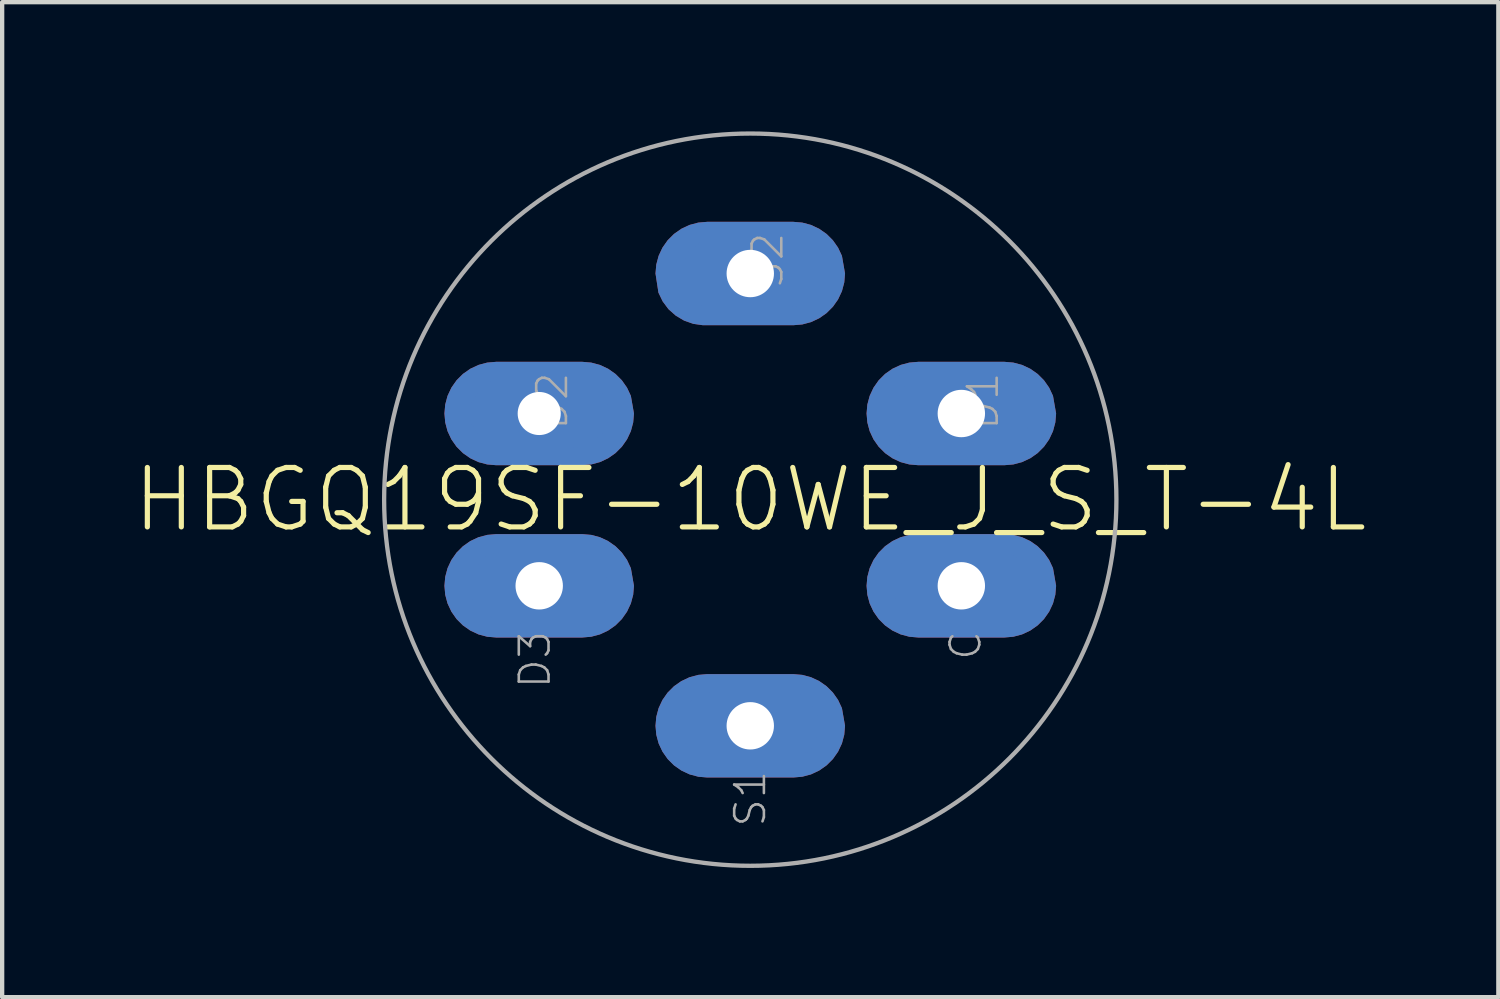
<source format=kicad_pcb>
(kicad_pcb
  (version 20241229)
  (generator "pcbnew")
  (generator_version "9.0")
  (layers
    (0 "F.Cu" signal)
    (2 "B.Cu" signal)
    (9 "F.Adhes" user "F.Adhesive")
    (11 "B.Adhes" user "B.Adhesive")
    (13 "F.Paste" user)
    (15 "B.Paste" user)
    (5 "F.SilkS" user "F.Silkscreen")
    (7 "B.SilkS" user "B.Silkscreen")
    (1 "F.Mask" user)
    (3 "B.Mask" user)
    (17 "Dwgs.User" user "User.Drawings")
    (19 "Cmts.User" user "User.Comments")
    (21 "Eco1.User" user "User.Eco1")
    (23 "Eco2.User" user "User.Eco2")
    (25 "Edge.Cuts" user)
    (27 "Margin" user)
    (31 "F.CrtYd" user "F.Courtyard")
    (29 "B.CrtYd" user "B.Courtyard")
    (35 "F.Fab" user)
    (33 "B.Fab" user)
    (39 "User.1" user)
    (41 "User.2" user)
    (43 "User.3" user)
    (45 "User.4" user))
  (footprint "HBGQ19SF-10WE_J_S_T-4L"
    (layer "F.Cu")
    (at 14.368 8.55)
    (property "Reference" "HBGQ19SF-10WE_J_S_T-4L" (at 0 0 0) (unlocked yes) (layer "F.SilkS") (effects (font (size 1.38 1.38) (thickness 0.12))))
    (fp_poly (pts (xy -2.2 -5.25) (xy -2.182 -5.458) (xy -2.128 -5.66) (xy -2.039 -5.85) (xy -1.919 -6.021) (xy -1.771 -6.169) (xy -1.6 -6.289) (xy -1.41 -6.378) (xy -1.208 -6.432) (xy -1 -6.45) (xy 1 -6.45) (xy 1.208 -6.432) (xy 1.41 -6.378) (xy 1.6 -6.289) (xy 1.771 -6.169) (xy 1.919 -6.021) (xy 2.039 -5.85) (xy 2.128 -5.66) (xy 2.2 -5.25) (xy 2.182 -5.042) (xy 2.128 -4.84) (xy 2.039 -4.65) (xy 1.919 -4.479) (xy 1.771 -4.331) (xy 1.6 -4.211) (xy 1.41 -4.122) (xy 1.208 -4.068) (xy 1 -4.05) (xy -1.1 -4.05) (xy -1.323 -4.082) (xy -1.536 -4.157) (xy -1.73 -4.272) (xy -1.899 -4.422) (xy -2.034 -4.603) (xy -2.132 -4.806)) (stroke (width 0) (type default)) (fill yes) (layer "F.Cu"))
    (fp_poly (pts (xy -3.692 -3.182) (xy -3.49 -3.128) (xy -3.3 -3.039) (xy -3.129 -2.919) (xy -2.981 -2.771) (xy -2.861 -2.6) (xy -2.772 -2.41) (xy -2.7 -2) (xy -2.718 -1.792) (xy -2.772 -1.59) (xy -2.861 -1.4) (xy -2.981 -1.229) (xy -3.129 -1.081) (xy -3.3 -0.961) (xy -3.49 -0.872) (xy -3.692 -0.818) (xy -3.9 -0.8) (xy -5.9 -0.8) (xy -6.108 -0.818) (xy -6.31 -0.872) (xy -6.5 -0.961) (xy -6.671 -1.081) (xy -6.819 -1.229) (xy -6.939 -1.4) (xy -7.028 -1.59) (xy -7.082 -1.792) (xy -7.1 -2) (xy -7.082 -2.208) (xy -7.028 -2.41) (xy -6.939 -2.6) (xy -6.819 -2.771) (xy -6.671 -2.919) (xy -6.5 -3.039) (xy -6.31 -3.128) (xy -6.108 -3.182) (xy -5.9 -3.2) (xy -3.9 -3.2)) (stroke (width 0) (type default)) (fill yes) (layer "F.Cu"))
    (fp_poly (pts (xy -3.692 0.818) (xy -3.49 0.872) (xy -3.3 0.961) (xy -3.129 1.081) (xy -2.981 1.229) (xy -2.861 1.4) (xy -2.772 1.59) (xy -2.7 2) (xy -2.718 2.208) (xy -2.772 2.41) (xy -2.861 2.6) (xy -2.981 2.771) (xy -3.129 2.919) (xy -3.3 3.039) (xy -3.49 3.128) (xy -3.692 3.182) (xy -3.9 3.2) (xy -5.9 3.2) (xy -6.108 3.182) (xy -6.31 3.128) (xy -6.5 3.039) (xy -6.671 2.919) (xy -6.819 2.771) (xy -6.939 2.6) (xy -7.028 2.41) (xy -7.082 2.208) (xy -7.1 2) (xy -7.082 1.792) (xy -7.028 1.59) (xy -6.939 1.4) (xy -6.819 1.229) (xy -6.671 1.081) (xy -6.5 0.961) (xy -6.31 0.872) (xy -6.108 0.818) (xy -5.9 0.8) (xy -3.9 0.8)) (stroke (width 0) (type default)) (fill yes) (layer "F.Cu"))
    (fp_poly (pts (xy -2.2 5.25) (xy -2.182 5.042) (xy -2.128 4.84) (xy -2.039 4.65) (xy -1.919 4.479) (xy -1.771 4.331) (xy -1.6 4.211) (xy -1.41 4.122) (xy -1.208 4.068) (xy -1 4.05) (xy 1 4.05) (xy 1.208 4.068) (xy 1.41 4.122) (xy 1.6 4.211) (xy 1.771 4.331) (xy 1.919 4.479) (xy 2.039 4.65) (xy 2.128 4.84) (xy 2.2 5.25) (xy 2.182 5.458) (xy 2.128 5.66) (xy 2.039 5.85) (xy 1.919 6.021) (xy 1.771 6.169) (xy 1.6 6.289) (xy 1.41 6.378) (xy 1.208 6.432) (xy 1 6.45) (xy -0.99 6.45) (xy -1.199 6.433) (xy -1.402 6.379) (xy -1.593 6.291) (xy -1.766 6.171) (xy -1.915 6.023) (xy -2.036 5.852) (xy -2.126 5.662) (xy -2.181 5.459)) (stroke (width 0) (type default)) (fill yes) (layer "F.Cu"))
    (fp_poly (pts (xy 6.108 -3.182) (xy 6.31 -3.128) (xy 6.5 -3.039) (xy 6.671 -2.919) (xy 6.819 -2.771) (xy 6.939 -2.6) (xy 7.028 -2.41) (xy 7.1 -2) (xy 7.082 -1.792) (xy 7.028 -1.59) (xy 6.939 -1.4) (xy 6.819 -1.229) (xy 6.671 -1.081) (xy 6.5 -0.961) (xy 6.31 -0.872) (xy 6.108 -0.818) (xy 5.9 -0.8) (xy 3.9 -0.8) (xy 3.692 -0.818) (xy 3.49 -0.872) (xy 3.3 -0.961) (xy 3.129 -1.081) (xy 2.981 -1.229) (xy 2.861 -1.4) (xy 2.772 -1.59) (xy 2.718 -1.792) (xy 2.7 -2) (xy 2.718 -2.208) (xy 2.772 -2.41) (xy 2.861 -2.6) (xy 2.981 -2.771) (xy 3.129 -2.919) (xy 3.3 -3.039) (xy 3.49 -3.128) (xy 3.692 -3.182) (xy 3.9 -3.2) (xy 5.9 -3.2)) (stroke (width 0) (type default)) (fill yes) (layer "F.Cu"))
    (fp_poly (pts (xy 6.108 0.818) (xy 6.31 0.872) (xy 6.5 0.961) (xy 6.671 1.081) (xy 6.819 1.229) (xy 6.939 1.4) (xy 7.028 1.59) (xy 7.1 2) (xy 7.082 2.208) (xy 7.028 2.41) (xy 6.939 2.6) (xy 6.819 2.771) (xy 6.671 2.919) (xy 6.5 3.039) (xy 6.31 3.128) (xy 6.108 3.182) (xy 5.9 3.2) (xy 3.9 3.2) (xy 3.692 3.182) (xy 3.49 3.128) (xy 3.3 3.039) (xy 3.129 2.919) (xy 2.981 2.771) (xy 2.861 2.6) (xy 2.772 2.41) (xy 2.718 2.208) (xy 2.7 2) (xy 2.718 1.792) (xy 2.772 1.59) (xy 2.861 1.4) (xy 2.981 1.229) (xy 3.129 1.081) (xy 3.3 0.961) (xy 3.49 0.872) (xy 3.692 0.818) (xy 3.9 0.8) (xy 5.9 0.8)) (stroke (width 0) (type default)) (fill yes) (layer "F.Cu"))
    (fp_poly (pts (xy -3.674 -3.281) (xy -3.455 -3.222) (xy -3.25 -3.126) (xy -3.064 -2.996) (xy -2.904 -2.836) (xy -2.774 -2.65) (xy -2.676 -2.441) (xy -2.6 -2.006) (xy -2.613 -1.759) (xy -2.674 -1.522) (xy -2.78 -1.301) (xy -2.927 -1.104) (xy -3.11 -0.941) (xy -3.326 -0.813) (xy -3.788 -0.7) (xy -5.802 -0.7) (xy -6.031 -0.711) (xy -6.261 -0.763) (xy -6.478 -0.854) (xy -6.677 -0.981) (xy -6.85 -1.141) (xy -6.992 -1.328) (xy -7.1 -1.537) (xy -7.17 -1.762) (xy -7.201 -1.998) (xy -7.181 -2.226) (xy -7.122 -2.445) (xy -7.026 -2.65) (xy -6.896 -2.836) (xy -6.736 -2.996) (xy -6.55 -3.126) (xy -6.345 -3.222) (xy -6.126 -3.281) (xy -5.904 -3.3) (xy -3.896 -3.3)) (stroke (width 0) (type default)) (fill yes) (layer "F.Mask"))
    (fp_poly (pts (xy -3.674 0.719) (xy -3.455 0.778) (xy -3.25 0.874) (xy -3.064 1.004) (xy -2.904 1.164) (xy -2.774 1.35) (xy -2.676 1.559) (xy -2.6 1.994) (xy -2.613 2.241) (xy -2.674 2.478) (xy -2.78 2.699) (xy -2.927 2.896) (xy -3.11 3.059) (xy -3.326 3.187) (xy -3.788 3.3) (xy -5.802 3.3) (xy -6.031 3.289) (xy -6.261 3.237) (xy -6.478 3.146) (xy -6.677 3.019) (xy -6.85 2.859) (xy -6.992 2.672) (xy -7.1 2.463) (xy -7.17 2.238) (xy -7.201 2.002) (xy -7.181 1.774) (xy -7.122 1.555) (xy -7.026 1.35) (xy -6.896 1.164) (xy -6.736 1.004) (xy -6.55 0.874) (xy -6.345 0.778) (xy -6.126 0.719) (xy -5.904 0.7) (xy -3.896 0.7)) (stroke (width 0) (type default)) (fill yes) (layer "F.Mask"))
    (fp_poly (pts (xy 6.126 -3.281) (xy 6.345 -3.222) (xy 6.55 -3.126) (xy 6.736 -2.996) (xy 6.896 -2.836) (xy 7.026 -2.65) (xy 7.124 -2.441) (xy 7.2 -2.006) (xy 7.187 -1.759) (xy 7.126 -1.522) (xy 7.02 -1.301) (xy 6.873 -1.104) (xy 6.69 -0.941) (xy 6.474 -0.813) (xy 6.012 -0.7) (xy 3.998 -0.7) (xy 3.769 -0.711) (xy 3.539 -0.763) (xy 3.322 -0.854) (xy 3.123 -0.981) (xy 2.95 -1.141) (xy 2.808 -1.328) (xy 2.7 -1.537) (xy 2.63 -1.762) (xy 2.599 -1.998) (xy 2.619 -2.226) (xy 2.678 -2.445) (xy 2.774 -2.65) (xy 2.904 -2.836) (xy 3.064 -2.996) (xy 3.25 -3.126) (xy 3.455 -3.222) (xy 3.674 -3.281) (xy 3.896 -3.3) (xy 5.904 -3.3)) (stroke (width 0) (type default)) (fill yes) (layer "F.Mask"))
    (fp_poly (pts (xy 6.126 0.719) (xy 6.345 0.778) (xy 6.55 0.874) (xy 6.736 1.004) (xy 6.896 1.164) (xy 7.026 1.35) (xy 7.124 1.559) (xy 7.2 1.994) (xy 7.187 2.241) (xy 7.126 2.478) (xy 7.02 2.699) (xy 6.873 2.896) (xy 6.69 3.059) (xy 6.474 3.187) (xy 6.012 3.3) (xy 3.998 3.3) (xy 3.769 3.289) (xy 3.539 3.237) (xy 3.322 3.146) (xy 3.123 3.019) (xy 2.95 2.859) (xy 2.808 2.672) (xy 2.7 2.463) (xy 2.63 2.238) (xy 2.599 2.002) (xy 2.619 1.774) (xy 2.678 1.555) (xy 2.774 1.35) (xy 2.904 1.164) (xy 3.064 1.004) (xy 3.25 0.874) (xy 3.455 0.778) (xy 3.674 0.719) (xy 3.896 0.7) (xy 5.904 0.7)) (stroke (width 0) (type default)) (fill yes) (layer "F.Mask"))
    (fp_poly (pts (xy 1.004 -6.55) (xy 1.1 -6.55) (xy 1.1 -6.542) (xy 1.226 -6.531) (xy 1.445 -6.472) (xy 1.65 -6.376) (xy 1.836 -6.246) (xy 1.996 -6.086) (xy 2.126 -5.9) (xy 2.224 -5.691) (xy 2.3 -5.256) (xy 2.287 -5.009) (xy 2.226 -4.772) (xy 2.12 -4.551) (xy 1.973 -4.354) (xy 1.79 -4.191) (xy 1.574 -4.063) (xy 1.112 -3.95) (xy -0.802 -3.95) (xy -0.802 -3.945) (xy -0.902 -3.95) (xy -1 -3.95) (xy -1 -3.955) (xy -1.131 -3.961) (xy -1.361 -4.013) (xy -1.578 -4.104) (xy -1.777 -4.231) (xy -1.95 -4.391) (xy -2.092 -4.578) (xy -2.2 -4.787) (xy -2.27 -5.012) (xy -2.289 -5.154) (xy -2.309 -5.155) (xy -2.301 -5.248) (xy -2.313 -5.343) (xy -2.292 -5.344) (xy -2.281 -5.476) (xy -2.222 -5.695) (xy -2.126 -5.9) (xy -1.996 -6.086) (xy -1.836 -6.246) (xy -1.65 -6.376) (xy -1.445 -6.472) (xy -1.226 -6.531) (xy -1.004 -6.55) (xy 0.904 -6.55) (xy 0.905 -6.559)) (stroke (width 0) (type default)) (fill yes) (layer "F.Mask"))
    (fp_poly (pts (xy 1.004 3.95) (xy 1.1 3.95) (xy 1.1 3.958) (xy 1.226 3.969) (xy 1.445 4.028) (xy 1.65 4.124) (xy 1.836 4.254) (xy 1.996 4.414) (xy 2.126 4.6) (xy 2.224 4.809) (xy 2.3 5.244) (xy 2.287 5.491) (xy 2.226 5.728) (xy 2.12 5.949) (xy 1.973 6.146) (xy 1.79 6.309) (xy 1.574 6.437) (xy 1.112 6.55) (xy -0.802 6.55) (xy -0.802 6.555) (xy -0.902 6.55) (xy -1 6.55) (xy -1 6.545) (xy -1.131 6.539) (xy -1.361 6.487) (xy -1.578 6.396) (xy -1.777 6.269) (xy -1.95 6.109) (xy -2.092 5.922) (xy -2.2 5.713) (xy -2.27 5.488) (xy -2.289 5.346) (xy -2.309 5.345) (xy -2.301 5.252) (xy -2.313 5.157) (xy -2.292 5.156) (xy -2.281 5.024) (xy -2.222 4.805) (xy -2.126 4.6) (xy -1.996 4.414) (xy -1.836 4.254) (xy -1.65 4.124) (xy -1.445 4.028) (xy -1.226 3.969) (xy -1.004 3.95) (xy 0.904 3.95) (xy 0.905 3.941)) (stroke (width 0) (type default)) (fill yes) (layer "F.Mask"))
    (fp_poly (pts (xy -2.2 -5.25) (xy -2.182 -5.458) (xy -2.128 -5.66) (xy -2.039 -5.85) (xy -1.919 -6.021) (xy -1.771 -6.169) (xy -1.6 -6.289) (xy -1.41 -6.378) (xy -1.208 -6.432) (xy -1 -6.45) (xy 1 -6.45) (xy 1.208 -6.432) (xy 1.41 -6.378) (xy 1.6 -6.289) (xy 1.771 -6.169) (xy 1.919 -6.021) (xy 2.039 -5.85) (xy 2.128 -5.66) (xy 2.2 -5.25) (xy 2.182 -5.042) (xy 2.128 -4.84) (xy 2.039 -4.65) (xy 1.919 -4.479) (xy 1.771 -4.331) (xy 1.6 -4.211) (xy 1.41 -4.122) (xy 1.208 -4.068) (xy 1 -4.05) (xy -1.1 -4.05) (xy -1.323 -4.082) (xy -1.536 -4.157) (xy -1.73 -4.272) (xy -1.899 -4.422) (xy -2.034 -4.603) (xy -2.132 -4.806)) (stroke (width 0) (type default)) (fill yes) (layer "B.Cu"))
    (fp_poly (pts (xy -3.692 -3.182) (xy -3.49 -3.128) (xy -3.3 -3.039) (xy -3.129 -2.919) (xy -2.981 -2.771) (xy -2.861 -2.6) (xy -2.772 -2.41) (xy -2.7 -2) (xy -2.718 -1.792) (xy -2.772 -1.59) (xy -2.861 -1.4) (xy -2.981 -1.229) (xy -3.129 -1.081) (xy -3.3 -0.961) (xy -3.49 -0.872) (xy -3.692 -0.818) (xy -3.9 -0.8) (xy -5.9 -0.8) (xy -6.108 -0.818) (xy -6.31 -0.872) (xy -6.5 -0.961) (xy -6.671 -1.081) (xy -6.819 -1.229) (xy -6.939 -1.4) (xy -7.028 -1.59) (xy -7.082 -1.792) (xy -7.1 -2) (xy -7.082 -2.208) (xy -7.028 -2.41) (xy -6.939 -2.6) (xy -6.819 -2.771) (xy -6.671 -2.919) (xy -6.5 -3.039) (xy -6.31 -3.128) (xy -6.108 -3.182) (xy -5.9 -3.2) (xy -3.9 -3.2)) (stroke (width 0) (type default)) (fill yes) (layer "B.Cu"))
    (fp_poly (pts (xy -3.692 0.818) (xy -3.49 0.872) (xy -3.3 0.961) (xy -3.129 1.081) (xy -2.981 1.229) (xy -2.861 1.4) (xy -2.772 1.59) (xy -2.7 2) (xy -2.718 2.208) (xy -2.772 2.41) (xy -2.861 2.6) (xy -2.981 2.771) (xy -3.129 2.919) (xy -3.3 3.039) (xy -3.49 3.128) (xy -3.692 3.182) (xy -3.9 3.2) (xy -5.9 3.2) (xy -6.108 3.182) (xy -6.31 3.128) (xy -6.5 3.039) (xy -6.671 2.919) (xy -6.819 2.771) (xy -6.939 2.6) (xy -7.028 2.41) (xy -7.082 2.208) (xy -7.1 2) (xy -7.082 1.792) (xy -7.028 1.59) (xy -6.939 1.4) (xy -6.819 1.229) (xy -6.671 1.081) (xy -6.5 0.961) (xy -6.31 0.872) (xy -6.108 0.818) (xy -5.9 0.8) (xy -3.9 0.8)) (stroke (width 0) (type default)) (fill yes) (layer "B.Cu"))
    (fp_poly (pts (xy -2.2 5.25) (xy -2.182 5.042) (xy -2.128 4.84) (xy -2.039 4.65) (xy -1.919 4.479) (xy -1.771 4.331) (xy -1.6 4.211) (xy -1.41 4.122) (xy -1.208 4.068) (xy -1 4.05) (xy 1 4.05) (xy 1.208 4.068) (xy 1.41 4.122) (xy 1.6 4.211) (xy 1.771 4.331) (xy 1.919 4.479) (xy 2.039 4.65) (xy 2.128 4.84) (xy 2.2 5.25) (xy 2.182 5.458) (xy 2.128 5.66) (xy 2.039 5.85) (xy 1.919 6.021) (xy 1.771 6.169) (xy 1.6 6.289) (xy 1.41 6.378) (xy 1.208 6.432) (xy 1 6.45) (xy -1 6.45) (xy -1.208 6.432) (xy -1.41 6.378) (xy -1.6 6.289) (xy -1.771 6.169) (xy -1.919 6.021) (xy -2.039 5.85) (xy -2.128 5.66) (xy -2.182 5.458)) (stroke (width 0) (type default)) (fill yes) (layer "B.Cu"))
    (fp_poly (pts (xy 6.108 -3.182) (xy 6.31 -3.128) (xy 6.5 -3.039) (xy 6.671 -2.919) (xy 6.819 -2.771) (xy 6.939 -2.6) (xy 7.028 -2.41) (xy 7.1 -2) (xy 7.082 -1.792) (xy 7.028 -1.59) (xy 6.939 -1.4) (xy 6.819 -1.229) (xy 6.671 -1.081) (xy 6.5 -0.961) (xy 6.31 -0.872) (xy 6.108 -0.818) (xy 5.9 -0.8) (xy 3.9 -0.8) (xy 3.692 -0.818) (xy 3.49 -0.872) (xy 3.3 -0.961) (xy 3.129 -1.081) (xy 2.981 -1.229) (xy 2.861 -1.4) (xy 2.772 -1.59) (xy 2.718 -1.792) (xy 2.7 -2) (xy 2.718 -2.208) (xy 2.772 -2.41) (xy 2.861 -2.6) (xy 2.981 -2.771) (xy 3.129 -2.919) (xy 3.3 -3.039) (xy 3.49 -3.128) (xy 3.692 -3.182) (xy 3.9 -3.2) (xy 5.9 -3.2)) (stroke (width 0) (type default)) (fill yes) (layer "B.Cu"))
    (fp_poly (pts (xy 6.108 0.818) (xy 6.31 0.872) (xy 6.5 0.961) (xy 6.671 1.081) (xy 6.819 1.229) (xy 6.939 1.4) (xy 7.028 1.59) (xy 7.1 2) (xy 7.082 2.208) (xy 7.028 2.41) (xy 6.939 2.6) (xy 6.819 2.771) (xy 6.671 2.919) (xy 6.5 3.039) (xy 6.31 3.128) (xy 6.108 3.182) (xy 5.9 3.2) (xy 3.9 3.2) (xy 3.692 3.182) (xy 3.49 3.128) (xy 3.3 3.039) (xy 3.129 2.919) (xy 2.981 2.771) (xy 2.861 2.6) (xy 2.772 2.41) (xy 2.718 2.208) (xy 2.7 2) (xy 2.718 1.792) (xy 2.772 1.59) (xy 2.861 1.4) (xy 2.981 1.229) (xy 3.129 1.081) (xy 3.3 0.961) (xy 3.49 0.872) (xy 3.692 0.818) (xy 3.9 0.8) (xy 5.9 0.8)) (stroke (width 0) (type default)) (fill yes) (layer "B.Cu"))
    (fp_poly (pts (xy -3.674 -3.281) (xy -3.455 -3.222) (xy -3.25 -3.126) (xy -3.064 -2.996) (xy -2.904 -2.836) (xy -2.774 -2.65) (xy -2.676 -2.441) (xy -2.6 -2.006) (xy -2.613 -1.759) (xy -2.674 -1.522) (xy -2.78 -1.301) (xy -2.927 -1.104) (xy -3.11 -0.941) (xy -3.326 -0.813) (xy -3.788 -0.7) (xy -5.802 -0.7) (xy -6.031 -0.711) (xy -6.261 -0.763) (xy -6.478 -0.854) (xy -6.677 -0.981) (xy -6.85 -1.141) (xy -6.992 -1.328) (xy -7.1 -1.537) (xy -7.17 -1.762) (xy -7.201 -1.998) (xy -7.181 -2.226) (xy -7.122 -2.445) (xy -7.026 -2.65) (xy -6.896 -2.836) (xy -6.736 -2.996) (xy -6.55 -3.126) (xy -6.345 -3.222) (xy -6.126 -3.281) (xy -5.904 -3.3) (xy -3.896 -3.3)) (stroke (width 0) (type default)) (fill yes) (layer "B.Mask"))
    (fp_poly (pts (xy -3.674 0.719) (xy -3.455 0.778) (xy -3.25 0.874) (xy -3.064 1.004) (xy -2.904 1.164) (xy -2.774 1.35) (xy -2.676 1.559) (xy -2.6 1.994) (xy -2.613 2.241) (xy -2.674 2.478) (xy -2.78 2.699) (xy -2.927 2.896) (xy -3.11 3.059) (xy -3.326 3.187) (xy -3.788 3.3) (xy -5.802 3.3) (xy -6.031 3.289) (xy -6.261 3.237) (xy -6.478 3.146) (xy -6.677 3.019) (xy -6.85 2.859) (xy -6.992 2.672) (xy -7.1 2.463) (xy -7.17 2.238) (xy -7.201 2.002) (xy -7.181 1.774) (xy -7.122 1.555) (xy -7.026 1.35) (xy -6.896 1.164) (xy -6.736 1.004) (xy -6.55 0.874) (xy -6.345 0.778) (xy -6.126 0.719) (xy -5.904 0.7) (xy -3.896 0.7)) (stroke (width 0) (type default)) (fill yes) (layer "B.Mask"))
    (fp_poly (pts (xy 6.126 -3.281) (xy 6.345 -3.222) (xy 6.55 -3.126) (xy 6.736 -2.996) (xy 6.896 -2.836) (xy 7.026 -2.65) (xy 7.124 -2.441) (xy 7.2 -2.006) (xy 7.187 -1.759) (xy 7.126 -1.522) (xy 7.02 -1.301) (xy 6.873 -1.104) (xy 6.69 -0.941) (xy 6.474 -0.813) (xy 6.012 -0.7) (xy 3.998 -0.7) (xy 3.769 -0.711) (xy 3.539 -0.763) (xy 3.322 -0.854) (xy 3.123 -0.981) (xy 2.95 -1.141) (xy 2.808 -1.328) (xy 2.7 -1.537) (xy 2.63 -1.762) (xy 2.599 -1.998) (xy 2.619 -2.226) (xy 2.678 -2.445) (xy 2.774 -2.65) (xy 2.904 -2.836) (xy 3.064 -2.996) (xy 3.25 -3.126) (xy 3.455 -3.222) (xy 3.674 -3.281) (xy 3.896 -3.3) (xy 5.904 -3.3)) (stroke (width 0) (type default)) (fill yes) (layer "B.Mask"))
    (fp_poly (pts (xy 6.126 0.719) (xy 6.345 0.778) (xy 6.55 0.874) (xy 6.736 1.004) (xy 6.896 1.164) (xy 7.026 1.35) (xy 7.124 1.559) (xy 7.2 1.994) (xy 7.187 2.241) (xy 7.126 2.478) (xy 7.02 2.699) (xy 6.873 2.896) (xy 6.69 3.059) (xy 6.474 3.187) (xy 6.012 3.3) (xy 3.998 3.3) (xy 3.769 3.289) (xy 3.539 3.237) (xy 3.322 3.146) (xy 3.123 3.019) (xy 2.95 2.859) (xy 2.808 2.672) (xy 2.7 2.463) (xy 2.63 2.238) (xy 2.599 2.002) (xy 2.619 1.774) (xy 2.678 1.555) (xy 2.774 1.35) (xy 2.904 1.164) (xy 3.064 1.004) (xy 3.25 0.874) (xy 3.455 0.778) (xy 3.674 0.719) (xy 3.896 0.7) (xy 5.904 0.7)) (stroke (width 0) (type default)) (fill yes) (layer "B.Mask"))
    (fp_poly (pts (xy 1.004 -6.55) (xy 1.1 -6.55) (xy 1.1 -6.542) (xy 1.226 -6.531) (xy 1.445 -6.472) (xy 1.65 -6.376) (xy 1.836 -6.246) (xy 1.996 -6.086) (xy 2.126 -5.9) (xy 2.224 -5.691) (xy 2.3 -5.256) (xy 2.287 -5.009) (xy 2.226 -4.772) (xy 2.12 -4.551) (xy 1.973 -4.354) (xy 1.79 -4.191) (xy 1.574 -4.063) (xy 1.112 -3.95) (xy -0.802 -3.95) (xy -0.802 -3.945) (xy -0.902 -3.95) (xy -1 -3.95) (xy -1 -3.955) (xy -1.131 -3.961) (xy -1.361 -4.013) (xy -1.578 -4.104) (xy -1.777 -4.231) (xy -1.95 -4.391) (xy -2.092 -4.578) (xy -2.2 -4.787) (xy -2.27 -5.012) (xy -2.289 -5.154) (xy -2.309 -5.155) (xy -2.301 -5.248) (xy -2.313 -5.343) (xy -2.292 -5.344) (xy -2.281 -5.476) (xy -2.222 -5.695) (xy -2.126 -5.9) (xy -1.996 -6.086) (xy -1.836 -6.246) (xy -1.65 -6.376) (xy -1.445 -6.472) (xy -1.226 -6.531) (xy -1.004 -6.55) (xy 0.904 -6.55) (xy 0.905 -6.559)) (stroke (width 0) (type default)) (fill yes) (layer "B.Mask"))
    (fp_poly (pts (xy 1.004 3.95) (xy 1.1 3.95) (xy 1.1 3.958) (xy 1.226 3.969) (xy 1.445 4.028) (xy 1.65 4.124) (xy 1.836 4.254) (xy 1.996 4.414) (xy 2.126 4.6) (xy 2.224 4.809) (xy 2.3 5.244) (xy 2.287 5.491) (xy 2.226 5.728) (xy 2.12 5.949) (xy 1.973 6.146) (xy 1.79 6.309) (xy 1.574 6.437) (xy 1.112 6.55) (xy -0.802 6.55) (xy -0.802 6.555) (xy -0.902 6.55) (xy -1 6.55) (xy -1 6.545) (xy -1.131 6.539) (xy -1.361 6.487) (xy -1.578 6.396) (xy -1.777 6.269) (xy -1.95 6.109) (xy -2.092 5.922) (xy -2.2 5.713) (xy -2.27 5.488) (xy -2.289 5.346) (xy -2.309 5.345) (xy -2.301 5.252) (xy -2.313 5.157) (xy -2.292 5.156) (xy -2.281 5.024) (xy -2.222 4.805) (xy -2.126 4.6) (xy -1.996 4.414) (xy -1.836 4.254) (xy -1.65 4.124) (xy -1.445 4.028) (xy -1.226 3.969) (xy -1.004 3.95) (xy 0.904 3.95) (xy 0.905 3.941)) (stroke (width 0) (type default)) (fill yes) (layer "B.Mask"))
    (fp_poly (pts (xy -3.7 -2.877) (xy -3.51 -2.811) (xy -3.339 -2.704) (xy -3.196 -2.561) (xy -3.089 -2.39) (xy -3 -2) (xy -3.023 -1.8) (xy -3.089 -1.61) (xy -3.196 -1.439) (xy -3.339 -1.296) (xy -3.51 -1.189) (xy -3.9 -1.1) (xy -5.9 -1.1) (xy -6.1 -1.123) (xy -6.29 -1.189) (xy -6.461 -1.296) (xy -6.604 -1.439) (xy -6.711 -1.61) (xy -6.8 -2) (xy -6.777 -2.2) (xy -6.711 -2.39) (xy -6.604 -2.561) (xy -6.461 -2.704) (xy -6.29 -2.811) (xy -5.9 -2.9) (xy -3.9 -2.9)) (stroke (width 0) (type default)) (fill yes) (layer "In1.Cu"))
    (fp_poly (pts (xy -3.7 1.123) (xy -3.51 1.189) (xy -3.339 1.296) (xy -3.196 1.439) (xy -3.089 1.61) (xy -3 2) (xy -3.023 2.2) (xy -3.089 2.39) (xy -3.196 2.561) (xy -3.339 2.704) (xy -3.51 2.811) (xy -3.9 2.9) (xy -5.9 2.9) (xy -6.1 2.877) (xy -6.29 2.811) (xy -6.461 2.704) (xy -6.604 2.561) (xy -6.711 2.39) (xy -6.8 2) (xy -6.777 1.8) (xy -6.711 1.61) (xy -6.604 1.439) (xy -6.461 1.296) (xy -6.29 1.189) (xy -5.9 1.1) (xy -3.9 1.1)) (stroke (width 0) (type default)) (fill yes) (layer "In1.Cu"))
    (fp_poly (pts (xy 1.2 -6.127) (xy 1.39 -6.061) (xy 1.561 -5.954) (xy 1.704 -5.811) (xy 1.811 -5.64) (xy 1.9 -5.25) (xy 1.877 -5.05) (xy 1.811 -4.86) (xy 1.704 -4.689) (xy 1.561 -4.546) (xy 1.39 -4.439) (xy 1 -4.35) (xy -1.1 -4.35) (xy -1.288 -4.382) (xy -1.464 -4.456) (xy -1.619 -4.567) (xy -1.746 -4.709) (xy -1.838 -4.876) (xy -1.9 -5.25) (xy -1.877 -5.45) (xy -1.811 -5.64) (xy -1.704 -5.811) (xy -1.561 -5.954) (xy -1.39 -6.061) (xy -1 -6.15) (xy 1 -6.15)) (stroke (width 0) (type default)) (fill yes) (layer "In1.Cu"))
    (fp_poly (pts (xy 1.2 4.373) (xy 1.39 4.439) (xy 1.561 4.546) (xy 1.704 4.689) (xy 1.811 4.86) (xy 1.9 5.25) (xy 1.877 5.45) (xy 1.811 5.64) (xy 1.704 5.811) (xy 1.561 5.954) (xy 1.39 6.061) (xy 1 6.15) (xy -1 6.15) (xy -1.2 6.127) (xy -1.39 6.061) (xy -1.561 5.954) (xy -1.704 5.811) (xy -1.811 5.64) (xy -1.9 5.25) (xy -1.877 5.05) (xy -1.811 4.86) (xy -1.704 4.689) (xy -1.561 4.546) (xy -1.39 4.439) (xy -1 4.35) (xy 1 4.35)) (stroke (width 0) (type default)) (fill yes) (layer "In1.Cu"))
    (fp_poly (pts (xy 6.1 1.123) (xy 6.29 1.189) (xy 6.461 1.296) (xy 6.604 1.439) (xy 6.711 1.61) (xy 6.8 2) (xy 6.777 2.2) (xy 6.711 2.39) (xy 6.604 2.561) (xy 6.461 2.704) (xy 6.29 2.811) (xy 5.9 2.9) (xy 3.9 2.9) (xy 3.7 2.877) (xy 3.51 2.811) (xy 3.339 2.704) (xy 3.196 2.561) (xy 3.089 2.39) (xy 3 2) (xy 3.023 1.8) (xy 3.089 1.61) (xy 3.196 1.439) (xy 3.339 1.296) (xy 3.51 1.189) (xy 3.9 1.1) (xy 5.9 1.1)) (stroke (width 0) (type default)) (fill yes) (layer "In1.Cu"))
    (fp_poly (pts (xy 5.986 -2.892) (xy 6.167 -2.847) (xy 6.336 -2.768) (xy 6.486 -2.657) (xy 6.612 -2.519) (xy 6.709 -2.36) (xy 6.8 -2) (xy 6.777 -1.8) (xy 6.711 -1.61) (xy 6.604 -1.439) (xy 6.461 -1.296) (xy 6.29 -1.189) (xy 5.9 -1.1) (xy 3.9 -1.1) (xy 3.7 -1.123) (xy 3.51 -1.189) (xy 3.339 -1.296) (xy 3.196 -1.439) (xy 3.089 -1.61) (xy 3 -2) (xy 3.01 -2.19) (xy 3.062 -2.374) (xy 3.154 -2.541) (xy 3.281 -2.683) (xy 3.436 -2.794) (xy 3.8 -2.9) (xy 5.8 -2.9)) (stroke (width 0) (type default)) (fill yes) (layer "In1.Cu"))
    (fp_poly (pts (xy -3.7 -2.877) (xy -3.51 -2.811) (xy -3.339 -2.704) (xy -3.196 -2.561) (xy -3.089 -2.39) (xy -3 -2) (xy -3.023 -1.8) (xy -3.089 -1.61) (xy -3.196 -1.439) (xy -3.339 -1.296) (xy -3.51 -1.189) (xy -3.9 -1.1) (xy -5.9 -1.1) (xy -6.1 -1.123) (xy -6.29 -1.189) (xy -6.461 -1.296) (xy -6.604 -1.439) (xy -6.711 -1.61) (xy -6.8 -2) (xy -6.777 -2.2) (xy -6.711 -2.39) (xy -6.604 -2.561) (xy -6.461 -2.704) (xy -6.29 -2.811) (xy -5.9 -2.9) (xy -3.9 -2.9)) (stroke (width 0) (type default)) (fill yes) (layer "In2.Cu"))
    (fp_poly (pts (xy -3.7 1.123) (xy -3.51 1.189) (xy -3.339 1.296) (xy -3.196 1.439) (xy -3.089 1.61) (xy -3 2) (xy -3.023 2.2) (xy -3.089 2.39) (xy -3.196 2.561) (xy -3.339 2.704) (xy -3.51 2.811) (xy -3.9 2.9) (xy -5.9 2.9) (xy -6.1 2.877) (xy -6.29 2.811) (xy -6.461 2.704) (xy -6.604 2.561) (xy -6.711 2.39) (xy -6.8 2) (xy -6.777 1.8) (xy -6.711 1.61) (xy -6.604 1.439) (xy -6.461 1.296) (xy -6.29 1.189) (xy -5.9 1.1) (xy -3.9 1.1)) (stroke (width 0) (type default)) (fill yes) (layer "In2.Cu"))
    (fp_poly (pts (xy 1.2 -6.127) (xy 1.39 -6.061) (xy 1.561 -5.954) (xy 1.704 -5.811) (xy 1.811 -5.64) (xy 1.9 -5.25) (xy 1.877 -5.05) (xy 1.811 -4.86) (xy 1.704 -4.689) (xy 1.561 -4.546) (xy 1.39 -4.439) (xy 1 -4.35) (xy -1.1 -4.35) (xy -1.288 -4.382) (xy -1.464 -4.456) (xy -1.619 -4.567) (xy -1.746 -4.709) (xy -1.838 -4.876) (xy -1.9 -5.25) (xy -1.877 -5.45) (xy -1.811 -5.64) (xy -1.704 -5.811) (xy -1.561 -5.954) (xy -1.39 -6.061) (xy -1 -6.15) (xy 1 -6.15)) (stroke (width 0) (type default)) (fill yes) (layer "In2.Cu"))
    (fp_poly (pts (xy 1.2 4.373) (xy 1.39 4.439) (xy 1.561 4.546) (xy 1.704 4.689) (xy 1.811 4.86) (xy 1.9 5.25) (xy 1.877 5.45) (xy 1.811 5.64) (xy 1.704 5.811) (xy 1.561 5.954) (xy 1.39 6.061) (xy 1 6.15) (xy -1 6.15) (xy -1.2 6.127) (xy -1.39 6.061) (xy -1.561 5.954) (xy -1.704 5.811) (xy -1.811 5.64) (xy -1.9 5.25) (xy -1.877 5.05) (xy -1.811 4.86) (xy -1.704 4.689) (xy -1.561 4.546) (xy -1.39 4.439) (xy -1 4.35) (xy 1 4.35)) (stroke (width 0) (type default)) (fill yes) (layer "In2.Cu"))
    (fp_poly (pts (xy 6.1 -2.877) (xy 6.29 -2.811) (xy 6.461 -2.704) (xy 6.604 -2.561) (xy 6.711 -2.39) (xy 6.8 -2) (xy 6.777 -1.8) (xy 6.711 -1.61) (xy 6.604 -1.439) (xy 6.461 -1.296) (xy 6.29 -1.189) (xy 5.9 -1.1) (xy 3.9 -1.1) (xy 3.7 -1.123) (xy 3.51 -1.189) (xy 3.339 -1.296) (xy 3.196 -1.439) (xy 3.089 -1.61) (xy 3 -2) (xy 3.023 -2.2) (xy 3.089 -2.39) (xy 3.196 -2.561) (xy 3.339 -2.704) (xy 3.51 -2.811) (xy 3.9 -2.9) (xy 5.9 -2.9)) (stroke (width 0) (type default)) (fill yes) (layer "In2.Cu"))
    (fp_poly (pts (xy 6.1 1.123) (xy 6.29 1.189) (xy 6.461 1.296) (xy 6.604 1.439) (xy 6.711 1.61) (xy 6.8 2) (xy 6.777 2.2) (xy 6.711 2.39) (xy 6.604 2.561) (xy 6.461 2.704) (xy 6.29 2.811) (xy 5.9 2.9) (xy 3.9 2.9) (xy 3.7 2.877) (xy 3.51 2.811) (xy 3.339 2.704) (xy 3.196 2.561) (xy 3.089 2.39) (xy 3 2) (xy 3.023 1.8) (xy 3.089 1.61) (xy 3.196 1.439) (xy 3.339 1.296) (xy 3.51 1.189) (xy 3.9 1.1) (xy 5.9 1.1)) (stroke (width 0) (type default)) (fill yes) (layer "In2.Cu"))
    (fp_circle (center 0 0) (end 8.5 0) (stroke (width 0.1) (type solid)) (fill no) (layer "F.Fab"))
    (fp_text user "C" (at 5 3 90) (layer "F.Fab") (effects (font (size 0.69 0.69) (thickness 0.06)) (justify right)))
    (fp_text user "D2" (at -5 -3 90) (layer "F.Fab") (effects (font (size 0.69 0.69) (thickness 0.06)) (justify right top)))
    (fp_text user "D1" (at 5 -3 90) (layer "F.Fab") (effects (font (size 0.69 0.69) (thickness 0.06)) (justify right top)))
    (fp_text user "S2" (at 0 -6.246 90) (layer "F.Fab") (effects (font (size 0.69 0.69) (thickness 0.06)) (justify right top)))
    (fp_text user "S1" (at 0 6.246 90) (layer "F.Fab") (effects (font (size 0.69 0.69) (thickness 0.06)) (justify right)))
    (fp_text user "D3" (at -5 3 90) (layer "F.Fab") (effects (font (size 0.69 0.69) (thickness 0.06)) (justify right)))
    (pad "B" thru_hole oval (at -4.9 2) (size 3.2 1.6) (drill 1.1) (layers "*.Cu"))
    (pad "COM" thru_hole oval (at 4.9 2) (size 3.2 1.6) (drill 1.1) (layers "*.Cu"))
    (pad "G" thru_hole oval (at -4.9 -2) (size 3.2 1.6) (drill 1) (layers "*.Cu"))
    (pad "R" thru_hole oval (at 4.9 -2) (size 3.2 1.6) (drill 1.1) (layers "*.Cu"))
    (pad "S1" thru_hole oval (at 0 5.25) (size 3.2 1.6) (drill 1.1) (layers "*.Cu"))
    (pad "S2" thru_hole oval (at 0 -5.25) (size 3.2 1.6) (drill 1.1) (layers "*.Cu")))
  (gr_rect
    (start -3 -3)
    (end 31.735 20.1)
    (stroke (width 0.1) (type default))
    (fill no)
    (layer "Edge.Cuts")))
</source>
